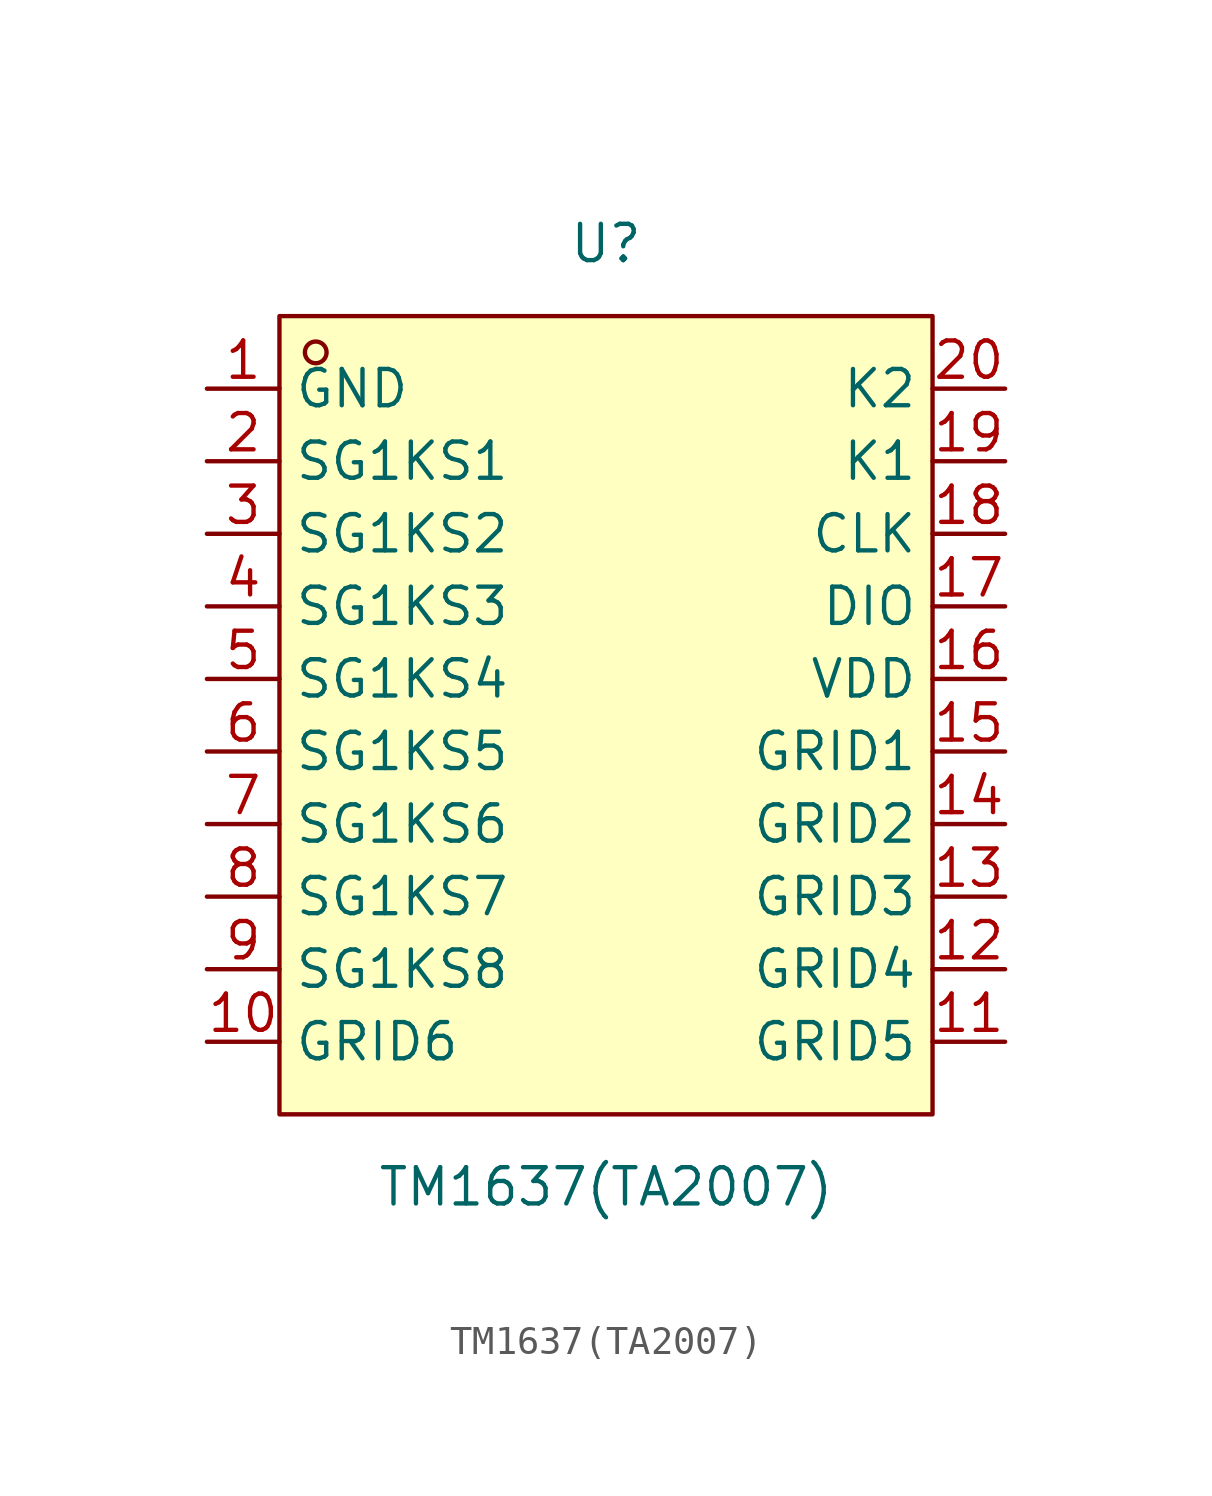
<source format=kicad_sym>
(kicad_symbol_lib
  (version 20211014)
  (generator https://github.com/uPesy/easyeda2kicad.py)
  (symbol "TM1637(TA2007)"
    (property "Reference" "U"
      (at 0 16.51 0)
      (effects (font (size 1.27 1.27))))
    (property "Value" "TM1637(TA2007)"
      (at 0 -16.51 0)
      (effects (font (size 1.27 1.27))))
    (symbol "TM1637(TA2007)_0_1"
      (rectangle (start -11.43 13.97) (end 11.43 -13.97) (stroke (width 0) (type default) (color 0 0 0 0)) (fill (type background)))
      (circle (center -10.16 12.70) (radius 0.38) (stroke (width 0) (type default) (color 0 0 0 0)) (fill (type none)))
      (pin unspecified line (at -13.97 11.43 0) (length 2.54) (name "GND" (effects (font (size 1.27 1.27)))) (number "1" (effects (font (size 1.27 1.27)))))
      (pin unspecified line (at -13.97 8.89 0) (length 2.54) (name "SG1KS1" (effects (font (size 1.27 1.27)))) (number "2" (effects (font (size 1.27 1.27)))))
      (pin unspecified line (at -13.97 6.35 0) (length 2.54) (name "SG1KS2" (effects (font (size 1.27 1.27)))) (number "3" (effects (font (size 1.27 1.27)))))
      (pin unspecified line (at -13.97 3.81 0) (length 2.54) (name "SG1KS3" (effects (font (size 1.27 1.27)))) (number "4" (effects (font (size 1.27 1.27)))))
      (pin unspecified line (at -13.97 1.27 0) (length 2.54) (name "SG1KS4" (effects (font (size 1.27 1.27)))) (number "5" (effects (font (size 1.27 1.27)))))
      (pin unspecified line (at -13.97 -1.27 0) (length 2.54) (name "SG1KS5" (effects (font (size 1.27 1.27)))) (number "6" (effects (font (size 1.27 1.27)))))
      (pin unspecified line (at -13.97 -3.81 0) (length 2.54) (name "SG1KS6" (effects (font (size 1.27 1.27)))) (number "7" (effects (font (size 1.27 1.27)))))
      (pin unspecified line (at -13.97 -6.35 0) (length 2.54) (name "SG1KS7" (effects (font (size 1.27 1.27)))) (number "8" (effects (font (size 1.27 1.27)))))
      (pin unspecified line (at -13.97 -8.89 0) (length 2.54) (name "SG1KS8" (effects (font (size 1.27 1.27)))) (number "9" (effects (font (size 1.27 1.27)))))
      (pin unspecified line (at -13.97 -11.43 0) (length 2.54) (name "GRID6" (effects (font (size 1.27 1.27)))) (number "10" (effects (font (size 1.27 1.27)))))
      (pin unspecified line (at 13.97 -11.43 180) (length 2.54) (name "GRID5" (effects (font (size 1.27 1.27)))) (number "11" (effects (font (size 1.27 1.27)))))
      (pin unspecified line (at 13.97 -8.89 180) (length 2.54) (name "GRID4" (effects (font (size 1.27 1.27)))) (number "12" (effects (font (size 1.27 1.27)))))
      (pin unspecified line (at 13.97 -6.35 180) (length 2.54) (name "GRID3" (effects (font (size 1.27 1.27)))) (number "13" (effects (font (size 1.27 1.27)))))
      (pin unspecified line (at 13.97 -3.81 180) (length 2.54) (name "GRID2" (effects (font (size 1.27 1.27)))) (number "14" (effects (font (size 1.27 1.27)))))
      (pin unspecified line (at 13.97 -1.27 180) (length 2.54) (name "GRID1" (effects (font (size 1.27 1.27)))) (number "15" (effects (font (size 1.27 1.27)))))
      (pin unspecified line (at 13.97 1.27 180) (length 2.54) (name "VDD" (effects (font (size 1.27 1.27)))) (number "16" (effects (font (size 1.27 1.27)))))
      (pin unspecified line (at 13.97 3.81 180) (length 2.54) (name "DIO" (effects (font (size 1.27 1.27)))) (number "17" (effects (font (size 1.27 1.27)))))
      (pin unspecified line (at 13.97 6.35 180) (length 2.54) (name "CLK" (effects (font (size 1.27 1.27)))) (number "18" (effects (font (size 1.27 1.27)))))
      (pin unspecified line (at 13.97 8.89 180) (length 2.54) (name "K1" (effects (font (size 1.27 1.27)))) (number "19" (effects (font (size 1.27 1.27)))))
      (pin unspecified line (at 13.97 11.43 180) (length 2.54) (name "K2" (effects (font (size 1.27 1.27)))) (number "20" (effects (font (size 1.27 1.27))))))))
</source>
